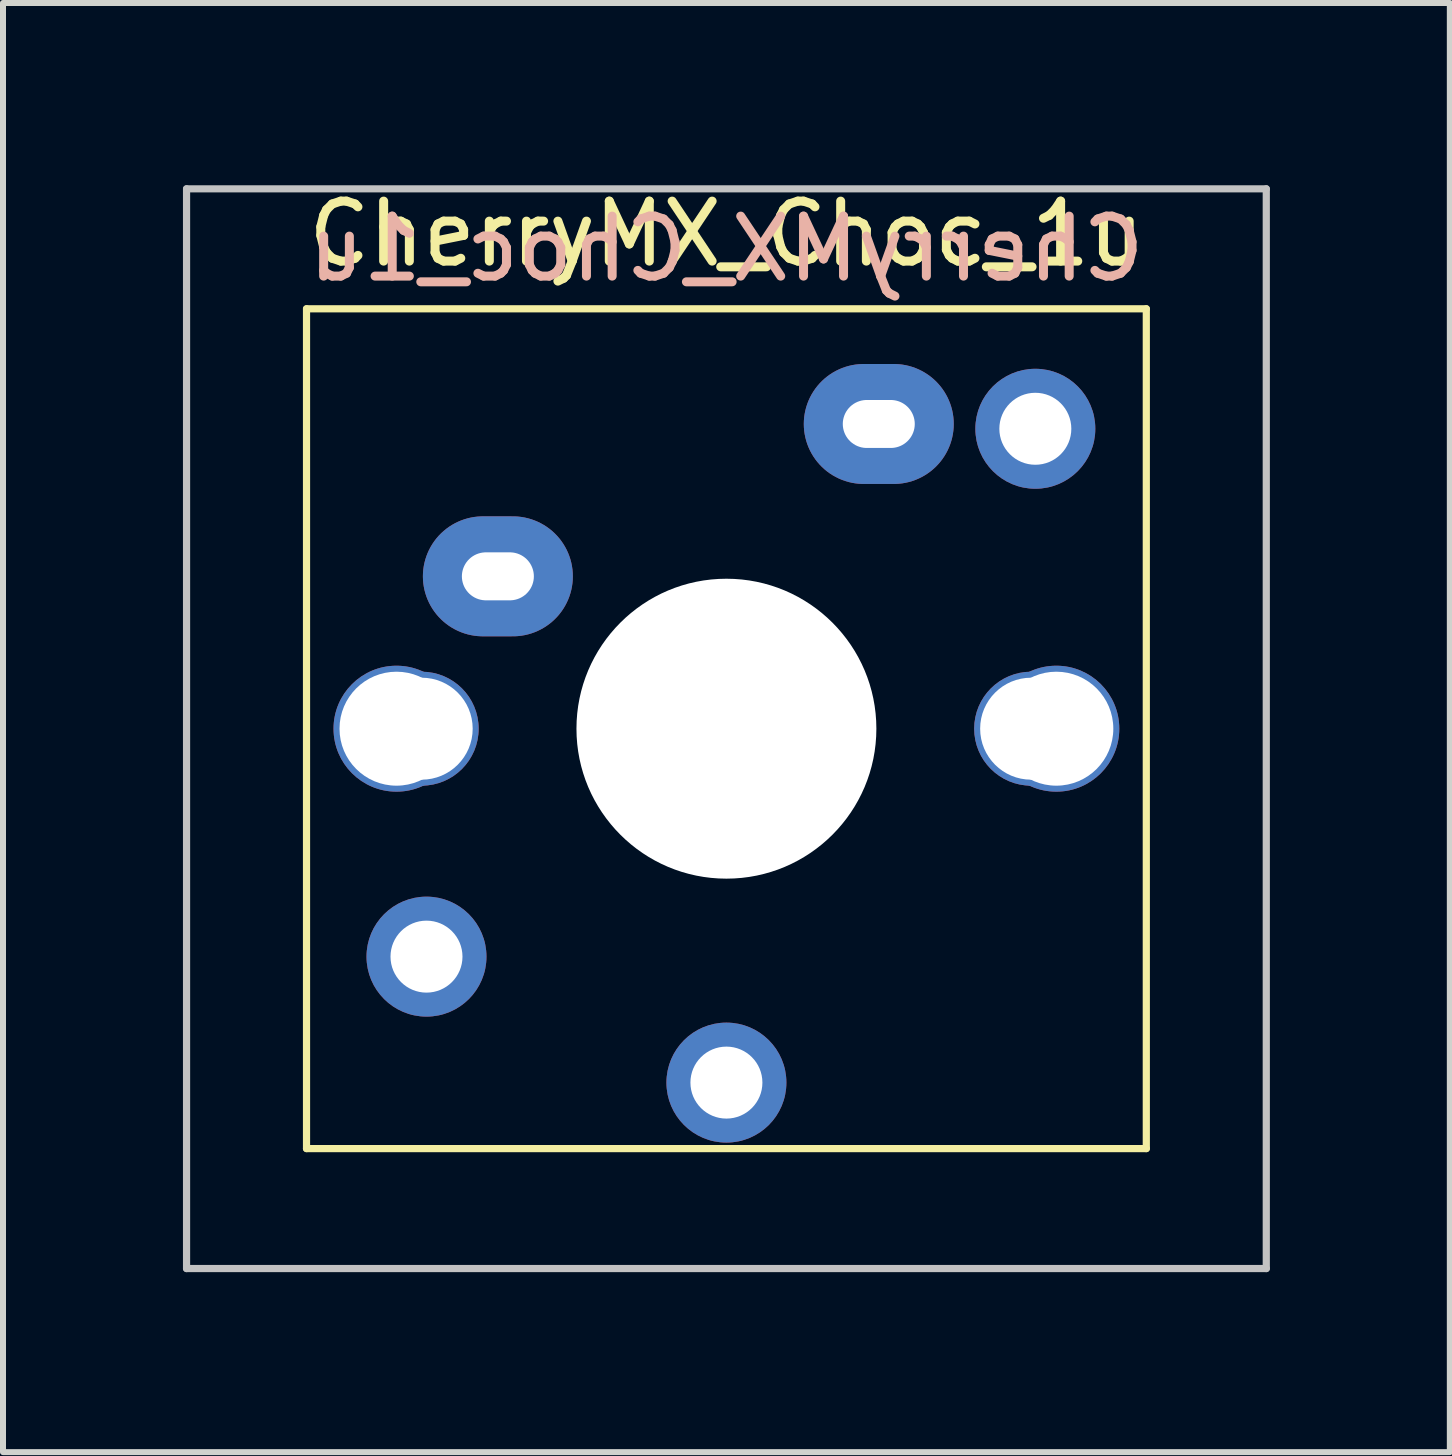
<source format=kicad_pcb>
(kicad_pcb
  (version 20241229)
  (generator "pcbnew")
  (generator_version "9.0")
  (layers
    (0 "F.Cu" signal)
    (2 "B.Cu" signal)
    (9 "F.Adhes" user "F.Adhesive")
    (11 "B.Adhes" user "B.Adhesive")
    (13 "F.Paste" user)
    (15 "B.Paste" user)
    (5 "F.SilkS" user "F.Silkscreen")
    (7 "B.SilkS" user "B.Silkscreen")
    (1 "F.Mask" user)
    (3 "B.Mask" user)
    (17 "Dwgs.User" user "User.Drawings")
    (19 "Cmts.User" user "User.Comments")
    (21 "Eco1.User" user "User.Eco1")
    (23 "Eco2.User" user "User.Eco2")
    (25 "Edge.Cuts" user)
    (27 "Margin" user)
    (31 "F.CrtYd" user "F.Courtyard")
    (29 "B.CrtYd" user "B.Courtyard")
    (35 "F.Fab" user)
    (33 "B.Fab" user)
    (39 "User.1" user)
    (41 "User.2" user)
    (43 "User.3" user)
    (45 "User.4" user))
  (footprint "CherryMX_Choc_1u"
    (layer "F.Cu")
    (at 9.06 9.098)
    (property "Reference" "CherryMX_Choc_1u" (at 0 -8.25 180) (layer "F.SilkS") (effects (font (size 1 1) (thickness 0.15))))
    (attr through_hole)
    (fp_line (start -7 -7) (end -7 7) (stroke (width 0.12) (type solid)) (layer "F.SilkS"))
    (fp_line (start -7 7) (end 7 7) (stroke (width 0.12) (type solid)) (layer "F.SilkS"))
    (fp_line (start 7 -7) (end -7 -7) (stroke (width 0.12) (type solid)) (layer "F.SilkS"))
    (fp_line (start 7 7) (end 7 -7) (stroke (width 0.12) (type solid)) (layer "F.SilkS"))
    (fp_line (start -9 -9) (end 9 -9) (stroke (width 0.12) (type solid)) (layer "Dwgs.User"))
    (fp_line (start -9 9) (end -9 -9) (stroke (width 0.12) (type solid)) (layer "Dwgs.User"))
    (fp_line (start 9 -9) (end 9 9) (stroke (width 0.12) (type solid)) (layer "Dwgs.User"))
    (fp_line (start 9 9) (end -9 9) (stroke (width 0.12) (type solid)) (layer "Dwgs.User"))
    (fp_text user "${REFERENCE}" (at 0 -8 0) (layer "B.SilkS") (effects (font (size 1 1) (thickness 0.15)) (justify mirror)))
    (pad "" np_thru_hole circle (at -5.5 0 90) (size 2.1 2.1) (drill 1.9) (layers "*.Cu" "*.Mask"))
    (pad "" np_thru_hole circle (at -5.08 0) (size 1.9 1.9) (drill 1.7) (layers "*.Cu" "*.Mask"))
    (pad "" np_thru_hole circle (at 0 0 90) (size 5 5) (drill 5) (layers "*.Cu" "*.Mask"))
    (pad "" np_thru_hole circle (at 5.08 0) (size 1.9 1.9) (drill 1.7) (layers "*.Cu" "*.Mask"))
    (pad "" thru_hole circle (at 5.15 -5) (size 2 2) (drill 1.2) (layers "*.Mask" "B.Cu"))
    (pad "" np_thru_hole circle (at 5.5 0 90) (size 2.1 2.1) (drill 1.9) (layers "*.Cu" "*.Mask"))
    (pad "1" thru_hole circle (at -5 3.8) (size 2 2) (drill 1.2) (layers "*.Mask" "B.Cu"))
    (pad "1" thru_hole oval (at -3.81 -2.54) (size 2.5 2) (drill oval 1.2 0.8) (layers "*.Mask" "B.Cu"))
    (pad "2" thru_hole circle (at 0 5.9) (size 2 2) (drill 1.2) (layers "*.Mask" "B.Cu"))
    (pad "2" thru_hole oval (at 2.54 -5.08) (size 2.5 2) (drill oval 1.2 0.8) (layers "*.Mask" "B.Cu")))
  (gr_rect
    (start -3 -3)
    (end 21.12 21.158)
    (stroke (width 0.1) (type default))
    (fill no)
    (layer "Edge.Cuts")))
</source>
